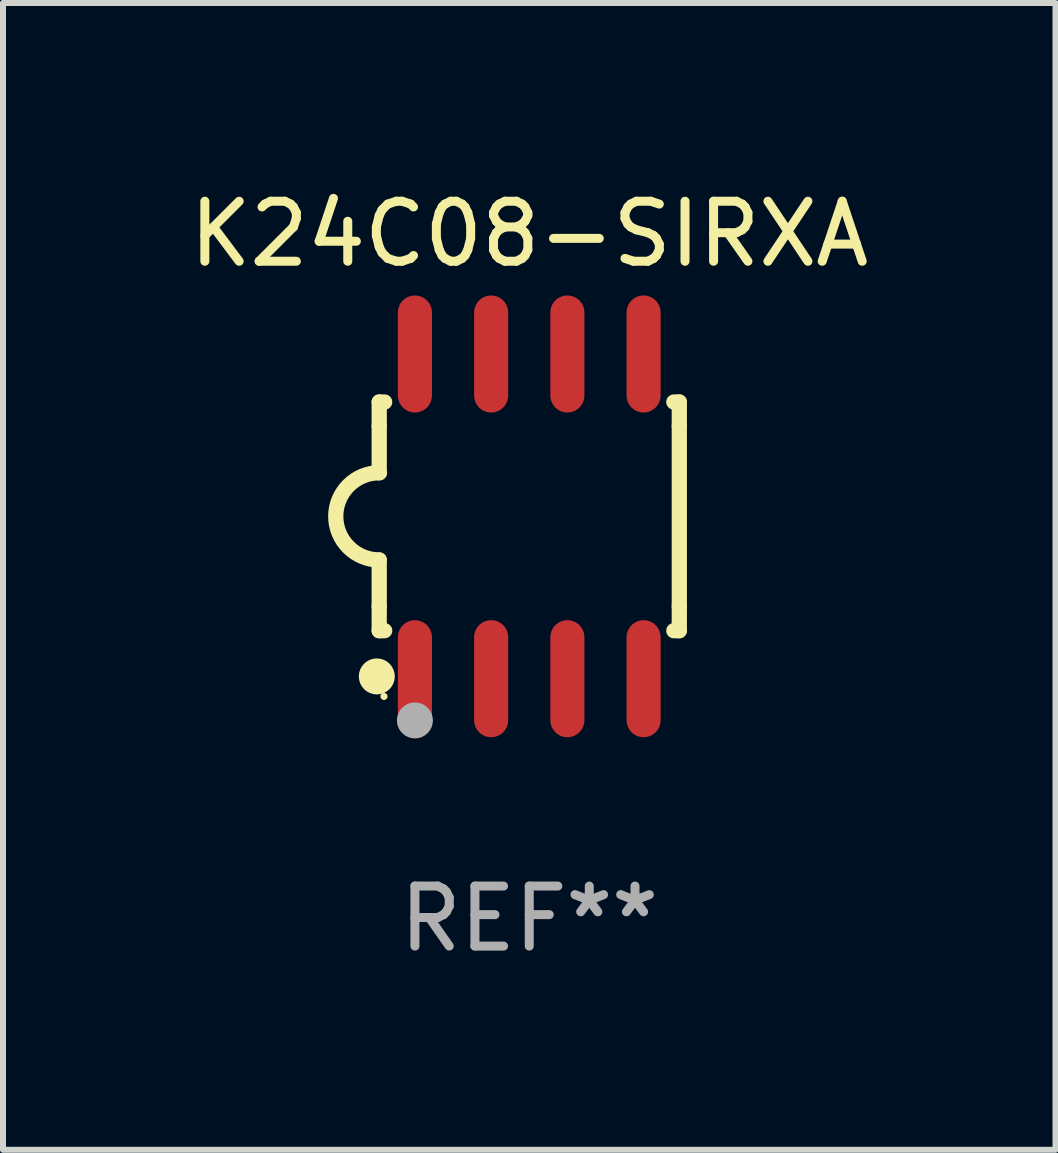
<source format=kicad_pcb>
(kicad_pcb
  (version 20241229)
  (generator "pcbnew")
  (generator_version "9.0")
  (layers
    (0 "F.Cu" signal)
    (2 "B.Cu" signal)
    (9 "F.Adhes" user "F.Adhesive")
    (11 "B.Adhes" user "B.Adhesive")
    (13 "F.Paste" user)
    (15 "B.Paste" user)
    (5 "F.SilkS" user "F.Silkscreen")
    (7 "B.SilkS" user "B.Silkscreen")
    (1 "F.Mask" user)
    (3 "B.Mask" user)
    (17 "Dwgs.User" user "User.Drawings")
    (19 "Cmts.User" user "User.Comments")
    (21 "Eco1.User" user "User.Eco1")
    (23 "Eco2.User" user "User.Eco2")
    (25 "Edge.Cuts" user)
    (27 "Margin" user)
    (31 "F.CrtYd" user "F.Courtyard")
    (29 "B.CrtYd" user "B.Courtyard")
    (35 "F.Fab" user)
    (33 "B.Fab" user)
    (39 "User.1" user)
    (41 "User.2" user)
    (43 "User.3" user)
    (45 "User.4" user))
  (footprint "K24C08-SIRXA"
    (layer "F.Cu")
    (at 5.768 5.553)
    (property "Reference" "K24C08-SIRXA" (at 0 -4.705 0) (layer "F.SilkS") (effects (font (size 1 1) (thickness 0.15))))
    (attr through_hole)
    (fp_line (start -2.5 -1.905) (end -2.409 -1.905) (stroke (width 0.254) (type solid)) (layer "F.SilkS"))
    (fp_line (start -2.5 -1.5) (end -2.5 -1.905) (stroke (width 0.254) (type solid)) (layer "F.SilkS"))
    (fp_line (start -2.5 -1.5) (end -2.5 -0.726) (stroke (width 0.254) (type solid)) (layer "F.SilkS"))
    (fp_line (start -2.5 1.5) (end -2.5 0.727) (stroke (width 0.254) (type solid)) (layer "F.SilkS"))
    (fp_line (start -2.5 1.5) (end -2.5 1.905) (stroke (width 0.254) (type solid)) (layer "F.SilkS"))
    (fp_line (start -2.5 1.905) (end -2.409 1.905) (stroke (width 0.254) (type solid)) (layer "F.SilkS"))
    (fp_line (start 2.5 -1.905) (end 2.409 -1.905) (stroke (width 0.254) (type solid)) (layer "F.SilkS"))
    (fp_line (start 2.5 -1.5) (end 2.5 -1.905) (stroke (width 0.254) (type solid)) (layer "F.SilkS"))
    (fp_line (start 2.5 -1.5) (end 2.5 1.5) (stroke (width 0.254) (type solid)) (layer "F.SilkS"))
    (fp_line (start 2.5 1.5) (end 2.5 1.905) (stroke (width 0.254) (type solid)) (layer "F.SilkS"))
    (fp_line (start 2.5 1.905) (end 2.409 1.905) (stroke (width 0.254) (type solid)) (layer "F.SilkS"))
    (fp_arc (start -2.5 0.726568) (mid -3.220316 -0.0023) (end -2.495097 -0.726289) (stroke (width 0.254001) (type solid)) (layer "F.SilkS"))
    (fp_circle (center -2.54 2.667) (end -2.39 2.667) (stroke (width 0.3) (type solid)) (fill no) (layer "F.SilkS"))
    (fp_circle (center -2.42 3) (end -2.39 3) (stroke (width 0.06) (type solid)) (fill no) (layer "F.SilkS"))
    (fp_circle (center -1.905 3.4) (end -1.755 3.4) (stroke (width 0.3) (type solid)) (fill no) (layer "F.Fab"))
    (fp_text user "REF**" (at 0 6.705 0) (layer "F.Fab") (effects (font (size 1 1) (thickness 0.15))))
    (pad "1" smd oval (at -1.905 2.705) (size 0.568 1.95) (layers "F.Cu" "F.Mask" "F.Paste"))
    (pad "2" smd oval (at -0.635 2.705) (size 0.568 1.95) (layers "F.Cu" "F.Mask" "F.Paste"))
    (pad "3" smd oval (at 0.635 2.705) (size 0.568 1.95) (layers "F.Cu" "F.Mask" "F.Paste"))
    (pad "4" smd oval (at 1.905 2.705) (size 0.568 1.95) (layers "F.Cu" "F.Mask" "F.Paste"))
    (pad "5" smd oval (at 1.905 -2.705) (size 0.568 1.95) (layers "F.Cu" "F.Mask" "F.Paste"))
    (pad "6" smd oval (at 0.635 -2.705) (size 0.568 1.95) (layers "F.Cu" "F.Mask" "F.Paste"))
    (pad "7" smd oval (at -0.635 -2.705) (size 0.568 1.95) (layers "F.Cu" "F.Mask" "F.Paste"))
    (pad "8" smd oval (at -1.905 -2.705) (size 0.568 1.95) (layers "F.Cu" "F.Mask" "F.Paste")))
  (gr_rect
    (start -3 -3)
    (end 14.536 16.107)
    (stroke (width 0.1) (type default))
    (fill no)
    (layer "Edge.Cuts")))
</source>
